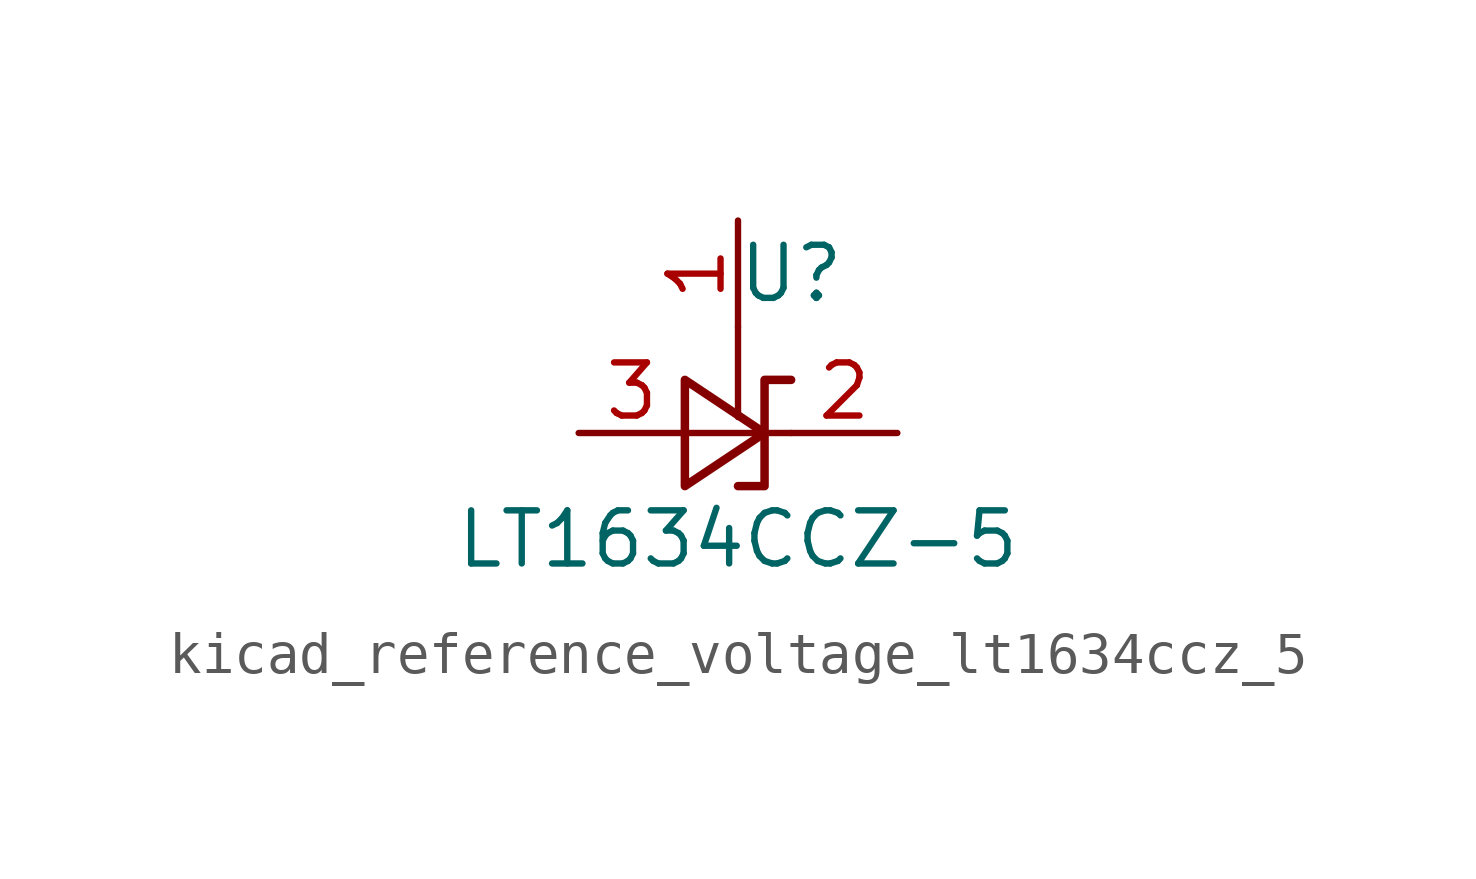
<source format=kicad_sym>
(kicad_symbol_lib
  (version 20220914)
  (generator kicad_symbol_editor)
  (symbol "kicad_reference_voltage_lt1634ccz_5"
    (pin_names hide)
    (property "Reference" "U"
      (at 1.27 3.81 0)
      (effects (font (size 1.27 1.27))))
    (property "Value" "LT1634CCZ-5"
      (at 0 -2.54 0)
      (effects (font (size 1.27 1.27))))
    (symbol "kicad_reference_voltage_lt1634ccz_5_1_1"
      (polyline (pts (xy 0 2.54) (xy 0 0.381)) (stroke (width 0) (type default)) (fill (type none)))
      (polyline (pts (xy -1.27 0) (xy 0 0) (xy 1.27 0)) (stroke (width 0) (type default)) (fill (type none)))
      (polyline (pts (xy -1.27 -1.27) (xy 0.635 0) (xy -1.27 1.27) (xy -1.27 -1.27)) (stroke (width 0.203) (type default)) (fill (type none)))
      (polyline (pts (xy 0 -1.27) (xy 0.635 -1.27) (xy 0.635 1.27) (xy 1.27 1.27)) (stroke (width 0.203) (type default)) (fill (type none)))
      (pin input line (at 0 5.08 270) (length 2.54) (name "Test" (effects (font (size 1.27 1.27)))) (number "1" (effects (font (size 1.27 1.27)))))
      (pin passive line (at 3.81 0 180) (length 2.54) (name "K" (effects (font (size 1.27 1.27)))) (number "2" (effects (font (size 1.27 1.27)))))
      (pin passive line (at -3.81 0 0) (length 2.54) (name "A" (effects (font (size 1.27 1.27)))) (number "3" (effects (font (size 1.27 1.27))))))))
</source>
